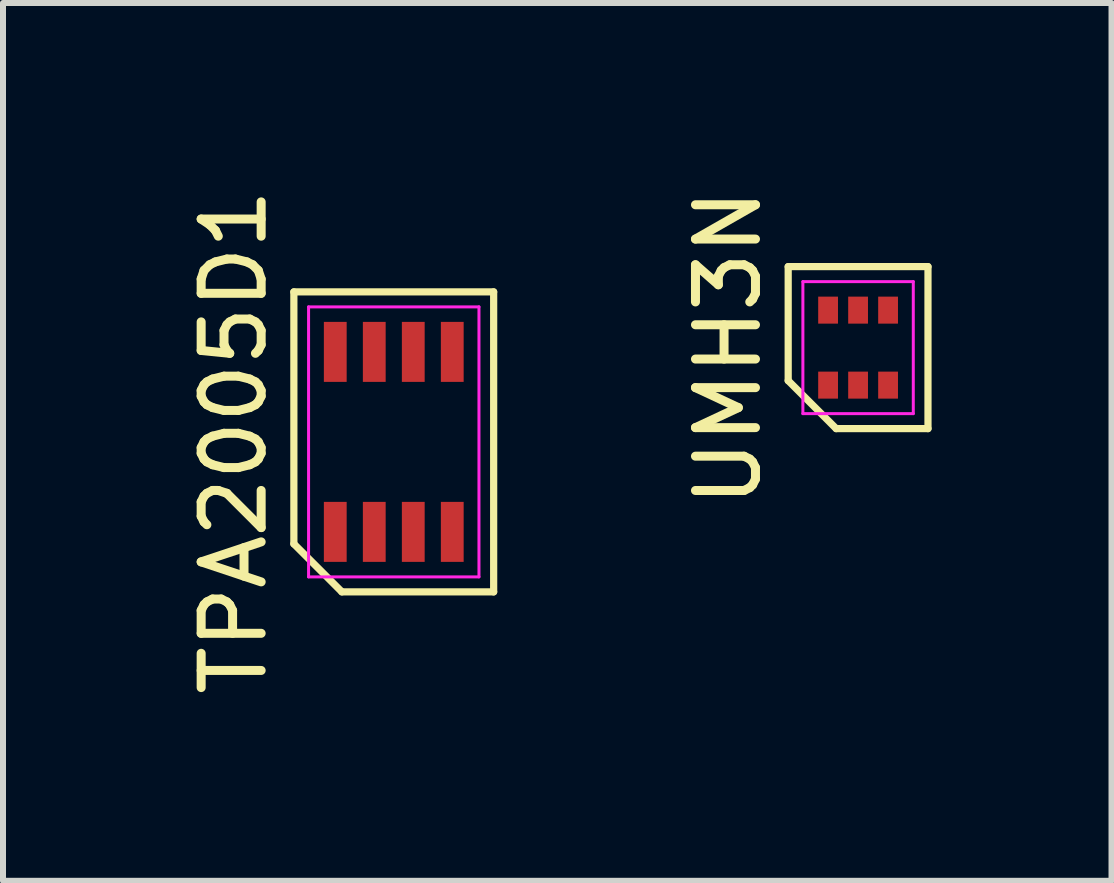
<source format=kicad_pcb>
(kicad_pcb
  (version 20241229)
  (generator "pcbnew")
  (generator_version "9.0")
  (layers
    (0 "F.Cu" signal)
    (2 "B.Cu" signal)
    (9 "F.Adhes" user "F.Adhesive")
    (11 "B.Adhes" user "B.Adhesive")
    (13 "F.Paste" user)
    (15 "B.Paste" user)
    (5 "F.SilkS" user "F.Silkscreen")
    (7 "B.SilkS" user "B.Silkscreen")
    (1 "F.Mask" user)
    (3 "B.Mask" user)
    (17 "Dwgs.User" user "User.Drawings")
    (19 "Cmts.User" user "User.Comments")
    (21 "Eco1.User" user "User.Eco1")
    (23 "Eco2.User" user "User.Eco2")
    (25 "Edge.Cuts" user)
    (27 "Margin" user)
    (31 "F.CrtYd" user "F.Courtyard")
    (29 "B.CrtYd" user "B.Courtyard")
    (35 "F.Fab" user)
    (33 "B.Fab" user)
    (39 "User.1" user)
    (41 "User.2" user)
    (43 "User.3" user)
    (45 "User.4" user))
  (footprint "UMH3N"
    (layer "F.Cu")
    (at 11.252 2.744)
    (property "Reference" "UMH3N" (at -2.165 0 90) (layer "F.SilkS") (effects (font (size 1 1) (thickness 0.15))))
    (attr smd)
    (fp_line (start -1.165 -1.35) (end 1.165 -1.35) (stroke (width 0.12) (type solid)) (layer "F.SilkS"))
    (fp_line (start -1.165 0.55) (end -1.165 -1.35) (stroke (width 0.12) (type solid)) (layer "F.SilkS"))
    (fp_line (start -0.365 1.35) (end -1.165 0.55) (stroke (width 0.12) (type solid)) (layer "F.SilkS"))
    (fp_line (start 1.165 -1.35) (end 1.165 1.35) (stroke (width 0.12) (type solid)) (layer "F.SilkS"))
    (fp_line (start 1.165 1.35) (end -0.365 1.35) (stroke (width 0.12) (type solid)) (layer "F.SilkS"))
    (fp_line (start -0.92 -1.1) (end 0.92 -1.1) (stroke (width 0.05) (type solid)) (layer "F.CrtYd"))
    (fp_line (start -0.92 1.1) (end -0.92 -1.1) (stroke (width 0.05) (type solid)) (layer "F.CrtYd"))
    (fp_line (start 0.92 -1.1) (end 0.92 1.1) (stroke (width 0.05) (type solid)) (layer "F.CrtYd"))
    (fp_line (start 0.92 1.1) (end -0.92 1.1) (stroke (width 0.05) (type solid)) (layer "F.CrtYd"))
    (pad "1" smd rect (at -0.5 0.625) (size 0.33 0.45) (layers "F.Cu" "F.Mask" "F.Paste"))
    (pad "2" smd rect (at 0 0.625) (size 0.33 0.45) (layers "F.Cu" "F.Mask" "F.Paste"))
    (pad "3" smd rect (at 0.5 0.625) (size 0.33 0.45) (layers "F.Cu" "F.Mask" "F.Paste"))
    (pad "4" smd rect (at 0.5 -0.625) (size 0.33 0.45) (layers "F.Cu" "F.Mask" "F.Paste"))
    (pad "5" smd rect (at 0 -0.625) (size 0.33 0.45) (layers "F.Cu" "F.Mask" "F.Paste"))
    (pad "6" smd rect (at -0.5 -0.625) (size 0.33 0.45) (layers "F.Cu" "F.Mask" "F.Paste")))
  (footprint "TPA2005D1"
    (layer "F.Cu")
    (at 3.513 4.315)
    (property "Reference" "TPA2005D1" (at -2.665 0 90) (layer "F.SilkS") (effects (font (size 1 1) (thickness 0.15))))
    (attr smd)
    (fp_line (start -1.665 -2.5) (end 1.665 -2.5) (stroke (width 0.12) (type solid)) (layer "F.SilkS"))
    (fp_line (start -1.665 1.7) (end -1.665 -2.5) (stroke (width 0.12) (type solid)) (layer "F.SilkS"))
    (fp_line (start -0.865 2.5) (end -1.665 1.7) (stroke (width 0.12) (type solid)) (layer "F.SilkS"))
    (fp_line (start 1.665 -2.5) (end 1.665 2.5) (stroke (width 0.12) (type solid)) (layer "F.SilkS"))
    (fp_line (start 1.665 2.5) (end -0.865 2.5) (stroke (width 0.12) (type solid)) (layer "F.SilkS"))
    (fp_line (start -1.42 -2.25) (end 1.42 -2.25) (stroke (width 0.05) (type solid)) (layer "F.CrtYd"))
    (fp_line (start -1.42 2.25) (end -1.42 -2.25) (stroke (width 0.05) (type solid)) (layer "F.CrtYd"))
    (fp_line (start 1.42 -2.25) (end 1.42 2.25) (stroke (width 0.05) (type solid)) (layer "F.CrtYd"))
    (fp_line (start 1.42 2.25) (end -1.42 2.25) (stroke (width 0.05) (type solid)) (layer "F.CrtYd"))
    (pad "1" smd rect (at -0.975 1.5) (size 0.38 1) (layers "F.Cu" "F.Mask" "F.Paste"))
    (pad "2" smd rect (at -0.325 1.5) (size 0.38 1) (layers "F.Cu" "F.Mask" "F.Paste"))
    (pad "3" smd rect (at 0.325 1.5) (size 0.38 1) (layers "F.Cu" "F.Mask" "F.Paste"))
    (pad "4" smd rect (at 0.975 1.5) (size 0.38 1) (layers "F.Cu" "F.Mask" "F.Paste"))
    (pad "5" smd rect (at 0.975 -1.5) (size 0.38 1) (layers "F.Cu" "F.Mask" "F.Paste"))
    (pad "6" smd rect (at 0.325 -1.5) (size 0.38 1) (layers "F.Cu" "F.Mask" "F.Paste"))
    (pad "7" smd rect (at -0.325 -1.5) (size 0.38 1) (layers "F.Cu" "F.Mask" "F.Paste"))
    (pad "8" smd rect (at -0.975 -1.5) (size 0.38 1) (layers "F.Cu" "F.Mask" "F.Paste")))
  (gr_rect
    (start -3 -3)
    (end 15.476 11.631)
    (stroke (width 0.1) (type default))
    (fill no)
    (layer "Edge.Cuts")))
</source>
